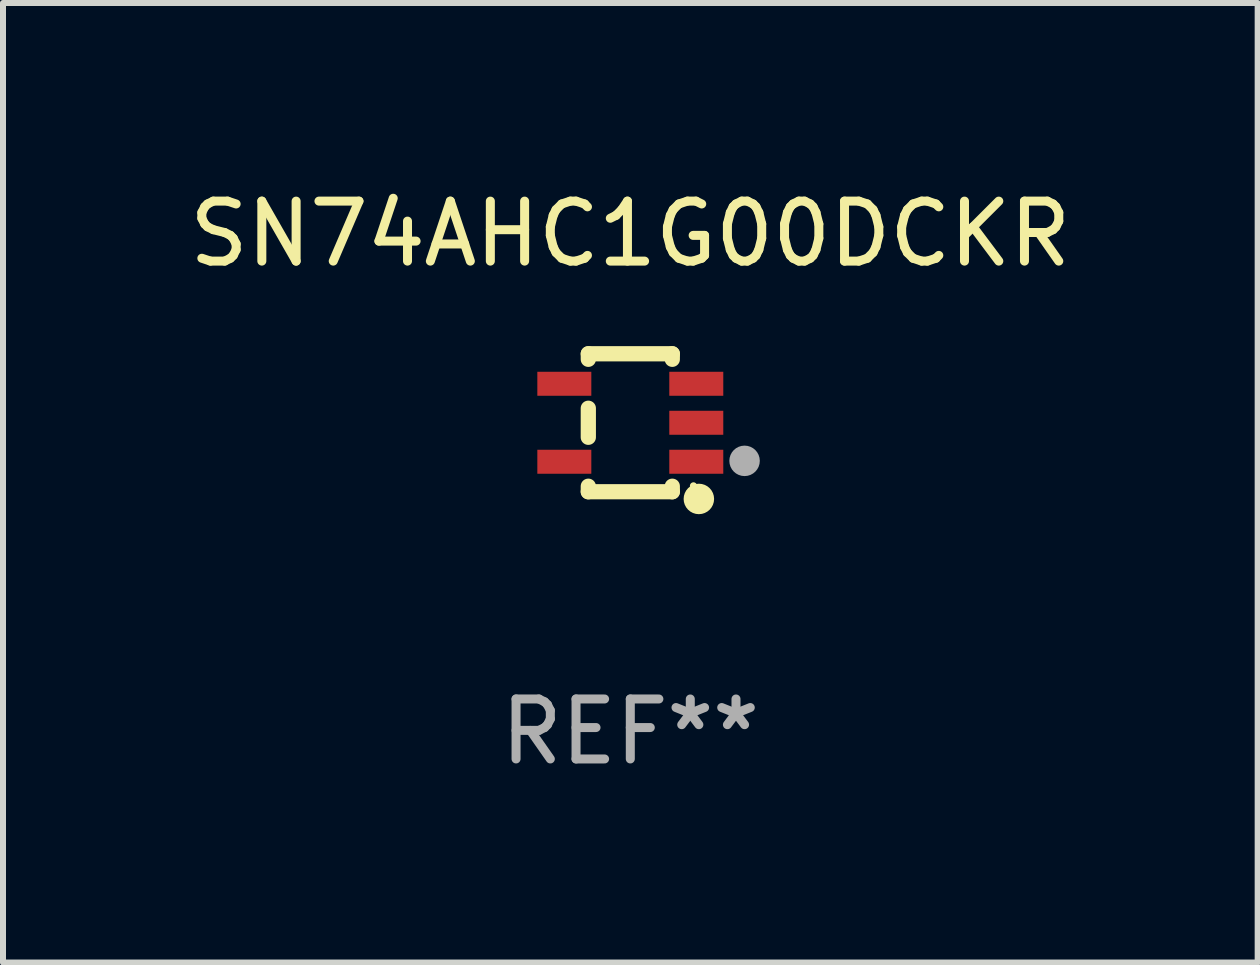
<source format=kicad_pcb>
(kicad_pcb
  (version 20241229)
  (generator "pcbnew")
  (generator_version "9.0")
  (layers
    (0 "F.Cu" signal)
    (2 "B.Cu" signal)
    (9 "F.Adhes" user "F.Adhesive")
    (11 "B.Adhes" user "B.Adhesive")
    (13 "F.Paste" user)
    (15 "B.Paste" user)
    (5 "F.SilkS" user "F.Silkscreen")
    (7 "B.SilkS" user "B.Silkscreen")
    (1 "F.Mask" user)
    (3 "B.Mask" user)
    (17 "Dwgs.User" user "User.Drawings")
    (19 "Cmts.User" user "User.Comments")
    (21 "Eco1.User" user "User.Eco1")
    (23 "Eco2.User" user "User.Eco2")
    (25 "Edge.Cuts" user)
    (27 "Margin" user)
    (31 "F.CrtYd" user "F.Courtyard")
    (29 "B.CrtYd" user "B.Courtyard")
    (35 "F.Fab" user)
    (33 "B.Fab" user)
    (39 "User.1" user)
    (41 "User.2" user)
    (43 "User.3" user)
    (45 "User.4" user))
  (footprint "SN74AHC1G00DCKR"
    (layer "F.Cu")
    (at 7.458 3.998)
    (property "Reference" "SN74AHC1G00DCKR" (at 0 -3.15 0) (layer "F.SilkS") (effects (font (size 1 1) (thickness 0.15))))
    (attr through_hole)
    (fp_line (start -0.7 -1.15) (end 0.7 -1.15) (stroke (width 0.254) (type solid)) (layer "F.SilkS"))
    (fp_line (start -0.7 -1.058) (end -0.7 -1.15) (stroke (width 0.254) (type solid)) (layer "F.SilkS"))
    (fp_line (start -0.7 0.242) (end -0.7 -0.242) (stroke (width 0.254) (type solid)) (layer "F.SilkS"))
    (fp_line (start -0.7 1.15) (end -0.7 1.058) (stroke (width 0.254) (type solid)) (layer "F.SilkS"))
    (fp_line (start -0.7 1.15) (end 0.7 1.15) (stroke (width 0.254) (type solid)) (layer "F.SilkS"))
    (fp_line (start 0.7 -1.058) (end 0.7 -1.15) (stroke (width 0.254) (type solid)) (layer "F.SilkS"))
    (fp_line (start 0.7 1.15) (end 0.7 1.058) (stroke (width 0.254) (type solid)) (layer "F.SilkS"))
    (fp_circle (center 1.053 1.052) (end 1.083 1.052) (stroke (width 0.06) (type solid)) (fill no) (layer "F.SilkS"))
    (fp_circle (center 1.143 1.27) (end 1.27 1.27) (stroke (width 0.254) (type solid)) (fill no) (layer "F.SilkS"))
    (fp_circle (center 1.905 0.635) (end 2.032 0.635) (stroke (width 0.254) (type solid)) (fill no) (layer "F.Fab"))
    (fp_text user "REF**" (at 0 5.15 0) (layer "F.Fab") (effects (font (size 1 1) (thickness 0.15))))
    (pad "1" smd rect (at 1.1 0.65 90) (size 0.4 0.9) (layers "F.Cu" "F.Mask" "F.Paste"))
    (pad "2" smd rect (at 1.1 0.000076 90) (size 0.4 0.9) (layers "F.Cu" "F.Mask" "F.Paste"))
    (pad "3" smd rect (at 1.1 -0.65 90) (size 0.4 0.9) (layers "F.Cu" "F.Mask" "F.Paste"))
    (pad "4" smd rect (at -1.1 -0.65 90) (size 0.4 0.9) (layers "F.Cu" "F.Mask" "F.Paste"))
    (pad "5" smd rect (at -1.1 0.65 90) (size 0.4 0.9) (layers "F.Cu" "F.Mask" "F.Paste")))
  (gr_rect
    (start -3 -3)
    (end 17.917 12.997)
    (stroke (width 0.1) (type default))
    (fill no)
    (layer "Edge.Cuts")))
</source>
